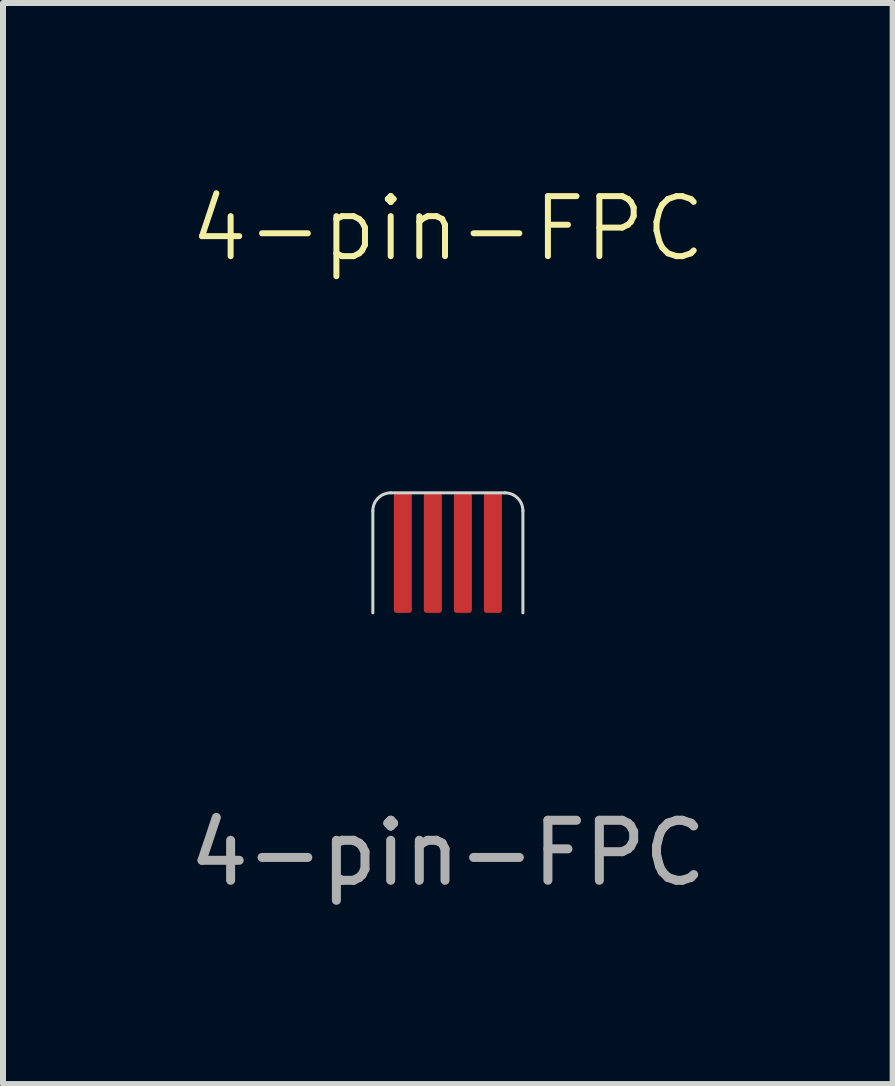
<source format=kicad_pcb>
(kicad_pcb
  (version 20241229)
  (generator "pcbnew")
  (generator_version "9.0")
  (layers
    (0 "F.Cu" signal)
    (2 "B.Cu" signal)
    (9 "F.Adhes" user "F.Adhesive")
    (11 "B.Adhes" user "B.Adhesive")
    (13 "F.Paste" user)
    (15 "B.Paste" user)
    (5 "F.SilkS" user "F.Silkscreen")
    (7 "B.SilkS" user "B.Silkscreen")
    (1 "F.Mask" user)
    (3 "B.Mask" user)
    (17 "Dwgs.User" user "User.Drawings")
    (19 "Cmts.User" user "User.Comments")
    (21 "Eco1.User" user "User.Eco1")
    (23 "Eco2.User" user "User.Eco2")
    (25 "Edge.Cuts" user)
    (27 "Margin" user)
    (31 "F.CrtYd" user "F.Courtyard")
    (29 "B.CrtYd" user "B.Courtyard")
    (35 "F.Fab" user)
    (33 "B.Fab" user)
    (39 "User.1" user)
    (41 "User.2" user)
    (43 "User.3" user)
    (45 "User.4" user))
  (footprint "4-pin-FPC"
    (layer "F.Cu")
    (at 4.411 5.16)
    (property "Reference" "4-pin-FPC" (at 0 -4.4 0) (unlocked yes) (layer "F.SilkS") (effects (font (size 1 1) (thickness 0.1))))
    (attr smd)
    (fp_line (start -1.25 2) (end -1.25 0.3) (stroke (width 0.05) (type default)) (layer "Edge.Cuts"))
    (fp_line (start -0.95 0) (end 0.95 0) (stroke (width 0.05) (type solid)) (layer "Edge.Cuts"))
    (fp_line (start 1.25 0.3) (end 1.25 2) (stroke (width 0.05) (type default)) (layer "Edge.Cuts"))
    (fp_arc (start -1.25 0.3) (mid -1.162132 0.087868) (end -0.95 0) (stroke (width 0.05) (type default)) (layer "Edge.Cuts"))
    (fp_arc (start 0.95 0) (mid 1.162132 0.087868) (end 1.25 0.3) (stroke (width 0.05) (type default)) (layer "Edge.Cuts"))
    (fp_rect (start -1.25 0) (end 1.25 3) (stroke (width 0.1) (type default)) (fill no) (layer "User.4"))
    (fp_text user "${REFERENCE}" (at 0 6 0) (unlocked yes) (layer "F.Fab") (effects (font (size 1 1) (thickness 0.15))))
    (pad "1" smd roundrect (at 0.75 1) (size 0.3 2) (layers "F.Cu" "F.Mask" "F.Paste") (roundrect_rratio 0.15))
    (pad "2" smd roundrect (at 0.25 1) (size 0.3 2) (layers "F.Cu" "F.Mask" "F.Paste") (roundrect_rratio 0.15))
    (pad "3" smd roundrect (at -0.25 1) (size 0.3 2) (layers "F.Cu" "F.Mask" "F.Paste") (roundrect_rratio 0.15))
    (pad "4" smd roundrect (at -0.75 1) (size 0.3 2) (layers "F.Cu" "F.Mask" "F.Paste") (roundrect_rratio 0.15)))
  (gr_rect
    (start -3 -3)
    (end 11.821 15.009)
    (stroke (width 0.1) (type default))
    (fill no)
    (layer "Edge.Cuts")))
</source>
